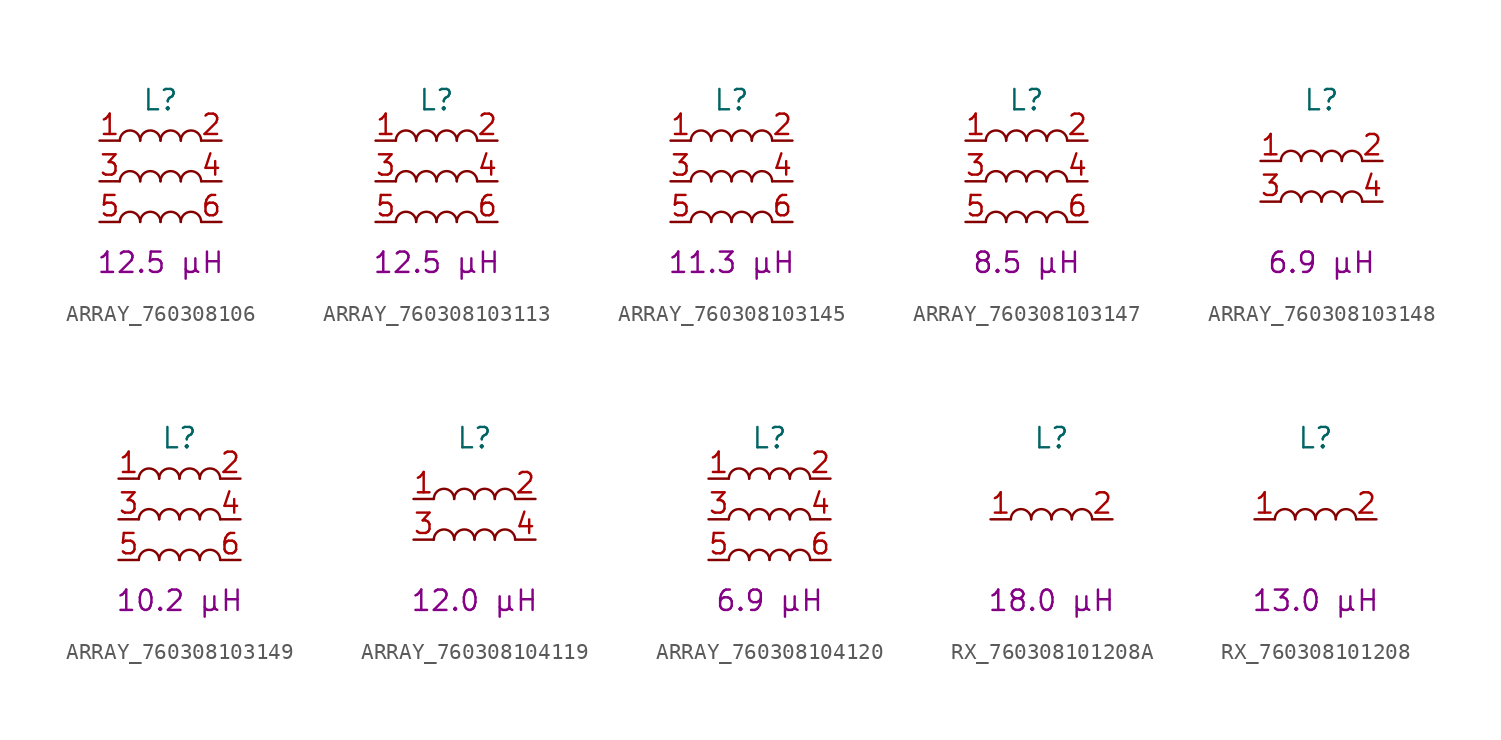
<source format=kicad_sym>
(kicad_symbol_lib
  (version 20220914)
  (generator kicad_symbol_editor)
  (symbol "ARRAY_760308106"
    (pin_names hide)
    (property "Reference" "L"
      (at 0 5.08 0)
      (effects (font (size 1.27 1.27))))
    (property "Critical Parameter" "12.5 µH"
      (at 0 -5.08 0)
      (effects (font (size 1.27 1.27))))
    (symbol "ARRAY_760308106_0_1"
      (arc (start -1.27 -2.54) (mid -1.905 -1.9077) (end -2.54 -2.54) (stroke (width 0) (type default)) (fill (type none)))
      (arc (start -1.27 0) (mid -1.905 0.6323) (end -2.54 0) (stroke (width 0) (type default)) (fill (type none)))
      (arc (start -1.27 2.54) (mid -1.905 3.1723) (end -2.54 2.54) (stroke (width 0) (type default)) (fill (type none)))
      (arc (start 0 -2.54) (mid -0.635 -1.9077) (end -1.27 -2.54) (stroke (width 0) (type default)) (fill (type none)))
      (arc (start 0 0) (mid -0.635 0.6323) (end -1.27 0) (stroke (width 0) (type default)) (fill (type none)))
      (arc (start 0 2.54) (mid -0.635 3.1723) (end -1.27 2.54) (stroke (width 0) (type default)) (fill (type none)))
      (arc (start 1.27 -2.54) (mid 0.635 -1.9077) (end 0 -2.54) (stroke (width 0) (type default)) (fill (type none)))
      (arc (start 1.27 0) (mid 0.635 0.6323) (end 0 0) (stroke (width 0) (type default)) (fill (type none)))
      (arc (start 1.27 2.54) (mid 0.635 3.1723) (end 0 2.54) (stroke (width 0) (type default)) (fill (type none)))
      (arc (start 2.54 -2.54) (mid 1.905 -1.9077) (end 1.27 -2.54) (stroke (width 0) (type default)) (fill (type none)))
      (arc (start 2.54 0) (mid 1.905 0.6323) (end 1.27 0) (stroke (width 0) (type default)) (fill (type none)))
      (arc (start 2.54 2.54) (mid 1.905 3.1723) (end 1.27 2.54) (stroke (width 0) (type default)) (fill (type none))))
    (symbol "ARRAY_760308106_1_1"
      (pin passive line (at -3.81 2.54 0) (length 1.27) (name "1" (effects (font (size 1.27 1.27)))) (number "1" (effects (font (size 1.27 1.27)))))
      (pin passive line (at 3.81 2.54 180) (length 1.27) (name "2" (effects (font (size 1.27 1.27)))) (number "2" (effects (font (size 1.27 1.27)))))
      (pin passive line (at -3.81 0 0) (length 1.27) (name "3" (effects (font (size 1.27 1.27)))) (number "3" (effects (font (size 1.27 1.27)))))
      (pin passive line (at 3.81 0 180) (length 1.27) (name "4" (effects (font (size 1.27 1.27)))) (number "4" (effects (font (size 1.27 1.27)))))
      (pin passive line (at -3.81 -2.54 0) (length 1.27) (name "5" (effects (font (size 1.27 1.27)))) (number "5" (effects (font (size 1.27 1.27)))))
      (pin passive line (at 3.81 -2.54 180) (length 1.27) (name "6" (effects (font (size 1.27 1.27)))) (number "6" (effects (font (size 1.27 1.27)))))))
  (symbol "ARRAY_760308103113"
    (pin_names hide)
    (property "Reference" "L"
      (at 0 5.08 0)
      (effects (font (size 1.27 1.27))))
    (property "Critical Parameter" "12.5 µH"
      (at 0 -5.08 0)
      (effects (font (size 1.27 1.27))))
    (symbol "ARRAY_760308103113_0_1"
      (arc (start -1.27 -2.54) (mid -1.905 -1.9077) (end -2.54 -2.54) (stroke (width 0) (type default)) (fill (type none)))
      (arc (start -1.27 0) (mid -1.905 0.6323) (end -2.54 0) (stroke (width 0) (type default)) (fill (type none)))
      (arc (start -1.27 2.54) (mid -1.905 3.1723) (end -2.54 2.54) (stroke (width 0) (type default)) (fill (type none)))
      (arc (start 0 -2.54) (mid -0.635 -1.9077) (end -1.27 -2.54) (stroke (width 0) (type default)) (fill (type none)))
      (arc (start 0 0) (mid -0.635 0.6323) (end -1.27 0) (stroke (width 0) (type default)) (fill (type none)))
      (arc (start 0 2.54) (mid -0.635 3.1723) (end -1.27 2.54) (stroke (width 0) (type default)) (fill (type none)))
      (arc (start 1.27 -2.54) (mid 0.635 -1.9077) (end 0 -2.54) (stroke (width 0) (type default)) (fill (type none)))
      (arc (start 1.27 0) (mid 0.635 0.6323) (end 0 0) (stroke (width 0) (type default)) (fill (type none)))
      (arc (start 1.27 2.54) (mid 0.635 3.1723) (end 0 2.54) (stroke (width 0) (type default)) (fill (type none)))
      (arc (start 2.54 -2.54) (mid 1.905 -1.9077) (end 1.27 -2.54) (stroke (width 0) (type default)) (fill (type none)))
      (arc (start 2.54 0) (mid 1.905 0.6323) (end 1.27 0) (stroke (width 0) (type default)) (fill (type none)))
      (arc (start 2.54 2.54) (mid 1.905 3.1723) (end 1.27 2.54) (stroke (width 0) (type default)) (fill (type none))))
    (symbol "ARRAY_760308103113_1_1"
      (pin passive line (at -3.81 2.54 0) (length 1.27) (name "1" (effects (font (size 1.27 1.27)))) (number "1" (effects (font (size 1.27 1.27)))))
      (pin passive line (at 3.81 2.54 180) (length 1.27) (name "2" (effects (font (size 1.27 1.27)))) (number "2" (effects (font (size 1.27 1.27)))))
      (pin passive line (at -3.81 0 0) (length 1.27) (name "3" (effects (font (size 1.27 1.27)))) (number "3" (effects (font (size 1.27 1.27)))))
      (pin passive line (at 3.81 0 180) (length 1.27) (name "4" (effects (font (size 1.27 1.27)))) (number "4" (effects (font (size 1.27 1.27)))))
      (pin passive line (at -3.81 -2.54 0) (length 1.27) (name "5" (effects (font (size 1.27 1.27)))) (number "5" (effects (font (size 1.27 1.27)))))
      (pin passive line (at 3.81 -2.54 180) (length 1.27) (name "6" (effects (font (size 1.27 1.27)))) (number "6" (effects (font (size 1.27 1.27)))))))
  (symbol "ARRAY_760308103145"
    (pin_names hide)
    (property "Reference" "L"
      (at 0 5.08 0)
      (effects (font (size 1.27 1.27))))
    (property "Critical Parameter" "11.3 µH"
      (at 0 -5.08 0)
      (effects (font (size 1.27 1.27))))
    (symbol "ARRAY_760308103145_0_1"
      (arc (start -1.27 -2.54) (mid -1.905 -1.9077) (end -2.54 -2.54) (stroke (width 0) (type default)) (fill (type none)))
      (arc (start -1.27 0) (mid -1.905 0.6323) (end -2.54 0) (stroke (width 0) (type default)) (fill (type none)))
      (arc (start -1.27 2.54) (mid -1.905 3.1723) (end -2.54 2.54) (stroke (width 0) (type default)) (fill (type none)))
      (arc (start 0 -2.54) (mid -0.635 -1.9077) (end -1.27 -2.54) (stroke (width 0) (type default)) (fill (type none)))
      (arc (start 0 0) (mid -0.635 0.6323) (end -1.27 0) (stroke (width 0) (type default)) (fill (type none)))
      (arc (start 0 2.54) (mid -0.635 3.1723) (end -1.27 2.54) (stroke (width 0) (type default)) (fill (type none)))
      (arc (start 1.27 -2.54) (mid 0.635 -1.9077) (end 0 -2.54) (stroke (width 0) (type default)) (fill (type none)))
      (arc (start 1.27 0) (mid 0.635 0.6323) (end 0 0) (stroke (width 0) (type default)) (fill (type none)))
      (arc (start 1.27 2.54) (mid 0.635 3.1723) (end 0 2.54) (stroke (width 0) (type default)) (fill (type none)))
      (arc (start 2.54 -2.54) (mid 1.905 -1.9077) (end 1.27 -2.54) (stroke (width 0) (type default)) (fill (type none)))
      (arc (start 2.54 0) (mid 1.905 0.6323) (end 1.27 0) (stroke (width 0) (type default)) (fill (type none)))
      (arc (start 2.54 2.54) (mid 1.905 3.1723) (end 1.27 2.54) (stroke (width 0) (type default)) (fill (type none))))
    (symbol "ARRAY_760308103145_1_1"
      (pin passive line (at -3.81 2.54 0) (length 1.27) (name "1" (effects (font (size 1.27 1.27)))) (number "1" (effects (font (size 1.27 1.27)))))
      (pin passive line (at 3.81 2.54 180) (length 1.27) (name "2" (effects (font (size 1.27 1.27)))) (number "2" (effects (font (size 1.27 1.27)))))
      (pin passive line (at -3.81 0 0) (length 1.27) (name "3" (effects (font (size 1.27 1.27)))) (number "3" (effects (font (size 1.27 1.27)))))
      (pin passive line (at 3.81 0 180) (length 1.27) (name "4" (effects (font (size 1.27 1.27)))) (number "4" (effects (font (size 1.27 1.27)))))
      (pin passive line (at -3.81 -2.54 0) (length 1.27) (name "5" (effects (font (size 1.27 1.27)))) (number "5" (effects (font (size 1.27 1.27)))))
      (pin passive line (at 3.81 -2.54 180) (length 1.27) (name "6" (effects (font (size 1.27 1.27)))) (number "6" (effects (font (size 1.27 1.27)))))))
  (symbol "ARRAY_760308103147"
    (pin_names hide)
    (property "Reference" "L"
      (at 0 5.08 0)
      (effects (font (size 1.27 1.27))))
    (property "Critical Parameter" "8.5 µH"
      (at 0 -5.08 0)
      (effects (font (size 1.27 1.27))))
    (symbol "ARRAY_760308103147_0_1"
      (arc (start -1.27 -2.54) (mid -1.905 -1.9077) (end -2.54 -2.54) (stroke (width 0) (type default)) (fill (type none)))
      (arc (start -1.27 0) (mid -1.905 0.6323) (end -2.54 0) (stroke (width 0) (type default)) (fill (type none)))
      (arc (start -1.27 2.54) (mid -1.905 3.1723) (end -2.54 2.54) (stroke (width 0) (type default)) (fill (type none)))
      (arc (start 0 -2.54) (mid -0.635 -1.9077) (end -1.27 -2.54) (stroke (width 0) (type default)) (fill (type none)))
      (arc (start 0 0) (mid -0.635 0.6323) (end -1.27 0) (stroke (width 0) (type default)) (fill (type none)))
      (arc (start 0 2.54) (mid -0.635 3.1723) (end -1.27 2.54) (stroke (width 0) (type default)) (fill (type none)))
      (arc (start 1.27 -2.54) (mid 0.635 -1.9077) (end 0 -2.54) (stroke (width 0) (type default)) (fill (type none)))
      (arc (start 1.27 0) (mid 0.635 0.6323) (end 0 0) (stroke (width 0) (type default)) (fill (type none)))
      (arc (start 1.27 2.54) (mid 0.635 3.1723) (end 0 2.54) (stroke (width 0) (type default)) (fill (type none)))
      (arc (start 2.54 -2.54) (mid 1.905 -1.9077) (end 1.27 -2.54) (stroke (width 0) (type default)) (fill (type none)))
      (arc (start 2.54 0) (mid 1.905 0.6323) (end 1.27 0) (stroke (width 0) (type default)) (fill (type none)))
      (arc (start 2.54 2.54) (mid 1.905 3.1723) (end 1.27 2.54) (stroke (width 0) (type default)) (fill (type none))))
    (symbol "ARRAY_760308103147_1_1"
      (pin passive line (at -3.81 2.54 0) (length 1.27) (name "1" (effects (font (size 1.27 1.27)))) (number "1" (effects (font (size 1.27 1.27)))))
      (pin passive line (at 3.81 2.54 180) (length 1.27) (name "2" (effects (font (size 1.27 1.27)))) (number "2" (effects (font (size 1.27 1.27)))))
      (pin passive line (at -3.81 0 0) (length 1.27) (name "3" (effects (font (size 1.27 1.27)))) (number "3" (effects (font (size 1.27 1.27)))))
      (pin passive line (at 3.81 0 180) (length 1.27) (name "4" (effects (font (size 1.27 1.27)))) (number "4" (effects (font (size 1.27 1.27)))))
      (pin passive line (at -3.81 -2.54 0) (length 1.27) (name "5" (effects (font (size 1.27 1.27)))) (number "5" (effects (font (size 1.27 1.27)))))
      (pin passive line (at 3.81 -2.54 180) (length 1.27) (name "6" (effects (font (size 1.27 1.27)))) (number "6" (effects (font (size 1.27 1.27)))))))
  (symbol "ARRAY_760308103148"
    (pin_names hide)
    (property "Reference" "L"
      (at 0 5.08 0)
      (effects (font (size 1.27 1.27))))
    (property "Critical Parameter" "6.9 µH"
      (at 0 -5.08 0)
      (effects (font (size 1.27 1.27))))
    (symbol "ARRAY_760308103148_0_1"
      (arc (start -1.27 -1.27) (mid -1.905 -0.6377) (end -2.54 -1.27) (stroke (width 0) (type default)) (fill (type none)))
      (arc (start -1.27 1.27) (mid -1.905 1.9023) (end -2.54 1.27) (stroke (width 0) (type default)) (fill (type none)))
      (arc (start 0 -1.27) (mid -0.635 -0.6377) (end -1.27 -1.27) (stroke (width 0) (type default)) (fill (type none)))
      (arc (start 0 1.27) (mid -0.635 1.9023) (end -1.27 1.27) (stroke (width 0) (type default)) (fill (type none)))
      (arc (start 1.27 -1.27) (mid 0.635 -0.6377) (end 0 -1.27) (stroke (width 0) (type default)) (fill (type none)))
      (arc (start 1.27 1.27) (mid 0.635 1.9023) (end 0 1.27) (stroke (width 0) (type default)) (fill (type none)))
      (arc (start 2.54 -1.27) (mid 1.905 -0.6377) (end 1.27 -1.27) (stroke (width 0) (type default)) (fill (type none)))
      (arc (start 2.54 1.27) (mid 1.905 1.9023) (end 1.27 1.27) (stroke (width 0) (type default)) (fill (type none))))
    (symbol "ARRAY_760308103148_1_1"
      (pin passive line (at -3.81 1.27 0) (length 1.27) (name "1" (effects (font (size 1.27 1.27)))) (number "1" (effects (font (size 1.27 1.27)))))
      (pin passive line (at 3.81 1.27 180) (length 1.27) (name "2" (effects (font (size 1.27 1.27)))) (number "2" (effects (font (size 1.27 1.27)))))
      (pin passive line (at -3.81 -1.27 0) (length 1.27) (name "3" (effects (font (size 1.27 1.27)))) (number "3" (effects (font (size 1.27 1.27)))))
      (pin passive line (at 3.81 -1.27 180) (length 1.27) (name "4" (effects (font (size 1.27 1.27)))) (number "4" (effects (font (size 1.27 1.27)))))))
  (symbol "ARRAY_760308103149"
    (pin_names hide)
    (property "Reference" "L"
      (at 0 5.08 0)
      (effects (font (size 1.27 1.27))))
    (property "Critical Parameter" "10.2 µH"
      (at 0 -5.08 0)
      (effects (font (size 1.27 1.27))))
    (symbol "ARRAY_760308103149_0_1"
      (arc (start -1.27 -2.54) (mid -1.905 -1.9077) (end -2.54 -2.54) (stroke (width 0) (type default)) (fill (type none)))
      (arc (start -1.27 0) (mid -1.905 0.6323) (end -2.54 0) (stroke (width 0) (type default)) (fill (type none)))
      (arc (start -1.27 2.54) (mid -1.905 3.1723) (end -2.54 2.54) (stroke (width 0) (type default)) (fill (type none)))
      (arc (start 0 -2.54) (mid -0.635 -1.9077) (end -1.27 -2.54) (stroke (width 0) (type default)) (fill (type none)))
      (arc (start 0 0) (mid -0.635 0.6323) (end -1.27 0) (stroke (width 0) (type default)) (fill (type none)))
      (arc (start 0 2.54) (mid -0.635 3.1723) (end -1.27 2.54) (stroke (width 0) (type default)) (fill (type none)))
      (arc (start 1.27 -2.54) (mid 0.635 -1.9077) (end 0 -2.54) (stroke (width 0) (type default)) (fill (type none)))
      (arc (start 1.27 0) (mid 0.635 0.6323) (end 0 0) (stroke (width 0) (type default)) (fill (type none)))
      (arc (start 1.27 2.54) (mid 0.635 3.1723) (end 0 2.54) (stroke (width 0) (type default)) (fill (type none)))
      (arc (start 2.54 -2.54) (mid 1.905 -1.9077) (end 1.27 -2.54) (stroke (width 0) (type default)) (fill (type none)))
      (arc (start 2.54 0) (mid 1.905 0.6323) (end 1.27 0) (stroke (width 0) (type default)) (fill (type none)))
      (arc (start 2.54 2.54) (mid 1.905 3.1723) (end 1.27 2.54) (stroke (width 0) (type default)) (fill (type none))))
    (symbol "ARRAY_760308103149_1_1"
      (pin passive line (at -3.81 2.54 0) (length 1.27) (name "1" (effects (font (size 1.27 1.27)))) (number "1" (effects (font (size 1.27 1.27)))))
      (pin passive line (at 3.81 2.54 180) (length 1.27) (name "2" (effects (font (size 1.27 1.27)))) (number "2" (effects (font (size 1.27 1.27)))))
      (pin passive line (at -3.81 0 0) (length 1.27) (name "3" (effects (font (size 1.27 1.27)))) (number "3" (effects (font (size 1.27 1.27)))))
      (pin passive line (at 3.81 0 180) (length 1.27) (name "4" (effects (font (size 1.27 1.27)))) (number "4" (effects (font (size 1.27 1.27)))))
      (pin passive line (at -3.81 -2.54 0) (length 1.27) (name "5" (effects (font (size 1.27 1.27)))) (number "5" (effects (font (size 1.27 1.27)))))
      (pin passive line (at 3.81 -2.54 180) (length 1.27) (name "6" (effects (font (size 1.27 1.27)))) (number "6" (effects (font (size 1.27 1.27)))))))
  (symbol "ARRAY_760308104119"
    (pin_names hide)
    (property "Reference" "L"
      (at 0 5.08 0)
      (effects (font (size 1.27 1.27))))
    (property "Critical Parameter" "12.0 µH"
      (at 0 -5.08 0)
      (effects (font (size 1.27 1.27))))
    (symbol "ARRAY_760308104119_0_1"
      (arc (start -1.27 -1.27) (mid -1.905 -0.6377) (end -2.54 -1.27) (stroke (width 0) (type default)) (fill (type none)))
      (arc (start -1.27 1.27) (mid -1.905 1.9023) (end -2.54 1.27) (stroke (width 0) (type default)) (fill (type none)))
      (arc (start 0 -1.27) (mid -0.635 -0.6377) (end -1.27 -1.27) (stroke (width 0) (type default)) (fill (type none)))
      (arc (start 0 1.27) (mid -0.635 1.9023) (end -1.27 1.27) (stroke (width 0) (type default)) (fill (type none)))
      (arc (start 1.27 -1.27) (mid 0.635 -0.6377) (end 0 -1.27) (stroke (width 0) (type default)) (fill (type none)))
      (arc (start 1.27 1.27) (mid 0.635 1.9023) (end 0 1.27) (stroke (width 0) (type default)) (fill (type none)))
      (arc (start 2.54 -1.27) (mid 1.905 -0.6377) (end 1.27 -1.27) (stroke (width 0) (type default)) (fill (type none)))
      (arc (start 2.54 1.27) (mid 1.905 1.9023) (end 1.27 1.27) (stroke (width 0) (type default)) (fill (type none))))
    (symbol "ARRAY_760308104119_1_1"
      (pin passive line (at -3.81 1.27 0) (length 1.27) (name "1" (effects (font (size 1.27 1.27)))) (number "1" (effects (font (size 1.27 1.27)))))
      (pin passive line (at 3.81 1.27 180) (length 1.27) (name "2" (effects (font (size 1.27 1.27)))) (number "2" (effects (font (size 1.27 1.27)))))
      (pin passive line (at -3.81 -1.27 0) (length 1.27) (name "3" (effects (font (size 1.27 1.27)))) (number "3" (effects (font (size 1.27 1.27)))))
      (pin passive line (at 3.81 -1.27 180) (length 1.27) (name "4" (effects (font (size 1.27 1.27)))) (number "4" (effects (font (size 1.27 1.27)))))))
  (symbol "ARRAY_760308104120"
    (pin_names hide)
    (property "Reference" "L"
      (at 0 5.08 0)
      (effects (font (size 1.27 1.27))))
    (property "Critical Parameter" "6.9 µH"
      (at 0 -5.08 0)
      (effects (font (size 1.27 1.27))))
    (symbol "ARRAY_760308104120_0_1"
      (arc (start -1.27 -2.54) (mid -1.905 -1.9077) (end -2.54 -2.54) (stroke (width 0) (type default)) (fill (type none)))
      (arc (start -1.27 0) (mid -1.905 0.6323) (end -2.54 0) (stroke (width 0) (type default)) (fill (type none)))
      (arc (start -1.27 2.54) (mid -1.905 3.1723) (end -2.54 2.54) (stroke (width 0) (type default)) (fill (type none)))
      (arc (start 0 -2.54) (mid -0.635 -1.9077) (end -1.27 -2.54) (stroke (width 0) (type default)) (fill (type none)))
      (arc (start 0 0) (mid -0.635 0.6323) (end -1.27 0) (stroke (width 0) (type default)) (fill (type none)))
      (arc (start 0 2.54) (mid -0.635 3.1723) (end -1.27 2.54) (stroke (width 0) (type default)) (fill (type none)))
      (arc (start 1.27 -2.54) (mid 0.635 -1.9077) (end 0 -2.54) (stroke (width 0) (type default)) (fill (type none)))
      (arc (start 1.27 0) (mid 0.635 0.6323) (end 0 0) (stroke (width 0) (type default)) (fill (type none)))
      (arc (start 1.27 2.54) (mid 0.635 3.1723) (end 0 2.54) (stroke (width 0) (type default)) (fill (type none)))
      (arc (start 2.54 -2.54) (mid 1.905 -1.9077) (end 1.27 -2.54) (stroke (width 0) (type default)) (fill (type none)))
      (arc (start 2.54 0) (mid 1.905 0.6323) (end 1.27 0) (stroke (width 0) (type default)) (fill (type none)))
      (arc (start 2.54 2.54) (mid 1.905 3.1723) (end 1.27 2.54) (stroke (width 0) (type default)) (fill (type none))))
    (symbol "ARRAY_760308104120_1_1"
      (pin passive line (at -3.81 2.54 0) (length 1.27) (name "1" (effects (font (size 1.27 1.27)))) (number "1" (effects (font (size 1.27 1.27)))))
      (pin passive line (at 3.81 2.54 180) (length 1.27) (name "2" (effects (font (size 1.27 1.27)))) (number "2" (effects (font (size 1.27 1.27)))))
      (pin passive line (at -3.81 0 0) (length 1.27) (name "3" (effects (font (size 1.27 1.27)))) (number "3" (effects (font (size 1.27 1.27)))))
      (pin passive line (at 3.81 0 180) (length 1.27) (name "4" (effects (font (size 1.27 1.27)))) (number "4" (effects (font (size 1.27 1.27)))))
      (pin passive line (at -3.81 -2.54 0) (length 1.27) (name "5" (effects (font (size 1.27 1.27)))) (number "5" (effects (font (size 1.27 1.27)))))
      (pin passive line (at 3.81 -2.54 180) (length 1.27) (name "6" (effects (font (size 1.27 1.27)))) (number "6" (effects (font (size 1.27 1.27)))))))
  (symbol "RX_760308101208A"
    (pin_names hide)
    (property "Reference" "L"
      (at 0 5.08 0)
      (effects (font (size 1.27 1.27))))
    (property "Critical Parameter" "18.0 µH"
      (at 0 -5.08 0)
      (effects (font (size 1.27 1.27))))
    (symbol "RX_760308101208A_0_1"
      (arc (start -1.27 0) (mid -1.905 0.6323) (end -2.54 0) (stroke (width 0) (type default)) (fill (type none)))
      (arc (start 0 0) (mid -0.635 0.6323) (end -1.27 0) (stroke (width 0) (type default)) (fill (type none)))
      (arc (start 1.27 0) (mid 0.635 0.6323) (end 0 0) (stroke (width 0) (type default)) (fill (type none)))
      (arc (start 2.54 0) (mid 1.905 0.6323) (end 1.27 0) (stroke (width 0) (type default)) (fill (type none))))
    (symbol "RX_760308101208A_1_1"
      (pin passive line (at -3.81 0 0) (length 1.27) (name "1" (effects (font (size 1.27 1.27)))) (number "1" (effects (font (size 1.27 1.27)))))
      (pin passive line (at 3.81 0 180) (length 1.27) (name "2" (effects (font (size 1.27 1.27)))) (number "2" (effects (font (size 1.27 1.27)))))))
  (symbol "RX_760308101208"
    (pin_names hide)
    (property "Reference" "L"
      (at 0 5.08 0)
      (effects (font (size 1.27 1.27))))
    (property "Critical Parameter" "13.0 µH"
      (at 0 -5.08 0)
      (effects (font (size 1.27 1.27))))
    (symbol "RX_760308101208_0_1"
      (arc (start -1.27 0) (mid -1.905 0.6323) (end -2.54 0) (stroke (width 0) (type default)) (fill (type none)))
      (arc (start 0 0) (mid -0.635 0.6323) (end -1.27 0) (stroke (width 0) (type default)) (fill (type none)))
      (arc (start 1.27 0) (mid 0.635 0.6323) (end 0 0) (stroke (width 0) (type default)) (fill (type none)))
      (arc (start 2.54 0) (mid 1.905 0.6323) (end 1.27 0) (stroke (width 0) (type default)) (fill (type none))))
    (symbol "RX_760308101208_1_1"
      (pin passive line (at -3.81 0 0) (length 1.27) (name "1" (effects (font (size 1.27 1.27)))) (number "1" (effects (font (size 1.27 1.27)))))
      (pin passive line (at 3.81 0 180) (length 1.27) (name "2" (effects (font (size 1.27 1.27)))) (number "2" (effects (font (size 1.27 1.27))))))))
</source>
